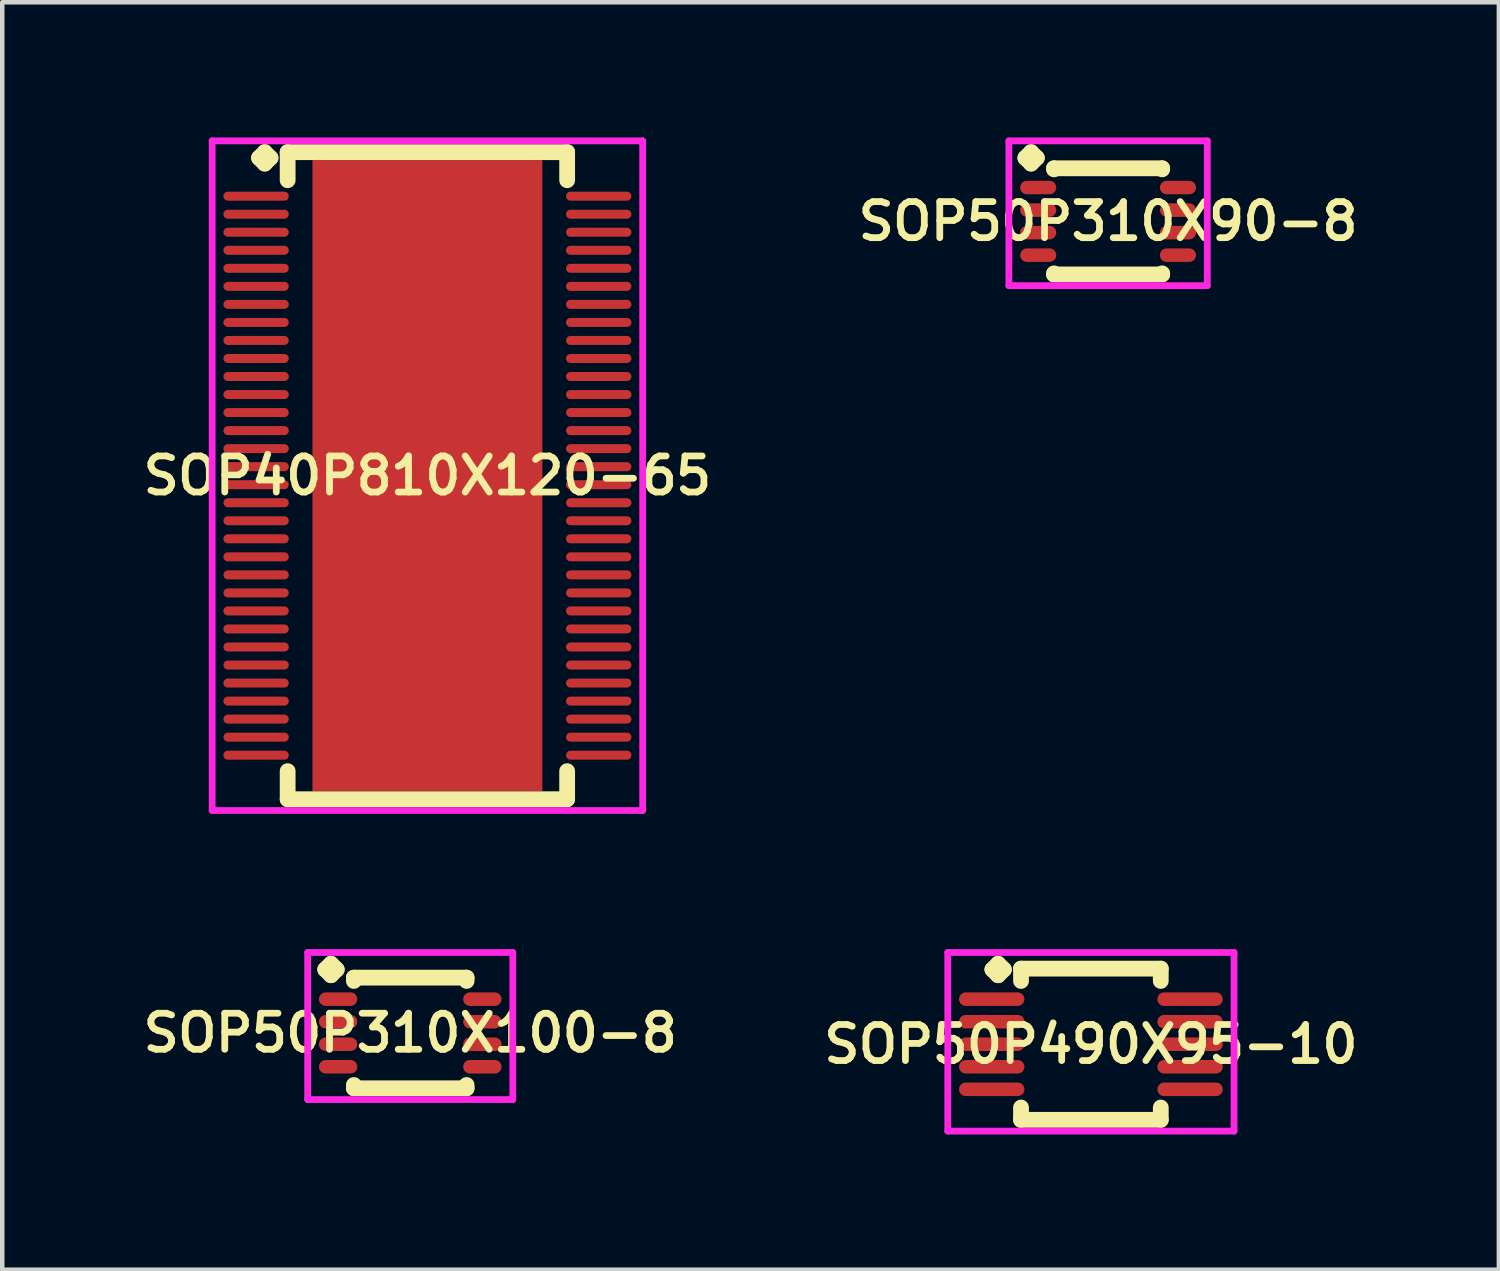
<source format=kicad_pcb>
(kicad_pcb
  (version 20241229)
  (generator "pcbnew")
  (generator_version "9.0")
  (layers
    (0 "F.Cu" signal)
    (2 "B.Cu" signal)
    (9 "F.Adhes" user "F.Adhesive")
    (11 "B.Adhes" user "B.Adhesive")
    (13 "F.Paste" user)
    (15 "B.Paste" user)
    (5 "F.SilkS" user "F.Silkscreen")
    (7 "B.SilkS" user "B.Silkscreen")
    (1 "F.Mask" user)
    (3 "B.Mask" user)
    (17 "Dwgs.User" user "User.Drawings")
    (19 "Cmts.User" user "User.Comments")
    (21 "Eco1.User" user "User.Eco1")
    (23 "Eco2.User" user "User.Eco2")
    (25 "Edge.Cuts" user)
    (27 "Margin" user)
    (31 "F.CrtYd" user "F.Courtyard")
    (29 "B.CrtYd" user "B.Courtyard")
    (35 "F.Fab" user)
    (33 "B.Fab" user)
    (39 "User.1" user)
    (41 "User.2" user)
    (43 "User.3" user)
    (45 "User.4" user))
  (footprint "SOP50P310X100-8"
    (layer "F.Cu")
    (at 6.05 19.864)
    (property "Reference" "SOP50P310X100-8" (at 0 0 0) (layer "F.SilkS") (effects (font (size 0.8 0.8) (thickness 0.15))))
    (attr through_hole)
    (fp_line (start -1.885 -1.408) (end -1.758 -1.535) (stroke (width 0.35) (type solid)) (layer "F.SilkS"))
    (fp_line (start -1.758 -1.535) (end -1.631 -1.408) (stroke (width 0.35) (type solid)) (layer "F.SilkS"))
    (fp_line (start -1.758 -1.281) (end -1.885 -1.408) (stroke (width 0.35) (type solid)) (layer "F.SilkS"))
    (fp_line (start -1.631 -1.408) (end -1.758 -1.281) (stroke (width 0.35) (type solid)) (layer "F.SilkS"))
    (fp_line (start -1.25 -1.227) (end 1.25 -1.227) (stroke (width 0.35) (type solid)) (layer "F.SilkS"))
    (fp_line (start -1.25 -1.154) (end -1.25 -1.227) (stroke (width 0.35) (type solid)) (layer "F.SilkS"))
    (fp_line (start -1.25 1.154) (end -1.25 1.227) (stroke (width 0.35) (type solid)) (layer "F.SilkS"))
    (fp_line (start -1.25 1.227) (end 1.25 1.227) (stroke (width 0.35) (type solid)) (layer "F.SilkS"))
    (fp_line (start 1.25 -1.227) (end 1.25 -1.154) (stroke (width 0.35) (type solid)) (layer "F.SilkS"))
    (fp_line (start 1.25 1.227) (end 1.25 1.154) (stroke (width 0.35) (type solid)) (layer "F.SilkS"))
    (fp_line (start -2.275 -1.785) (end 2.275 -1.785) (stroke (width 0.15) (type solid)) (layer "F.CrtYd"))
    (fp_line (start -2.275 1.477) (end -2.275 -1.785) (stroke (width 0.15) (type solid)) (layer "F.CrtYd"))
    (fp_line (start 2.275 -1.785) (end 2.275 1.477) (stroke (width 0.15) (type solid)) (layer "F.CrtYd"))
    (fp_line (start 2.275 1.477) (end -2.275 1.477) (stroke (width 0.15) (type solid)) (layer "F.CrtYd"))
    (pad "1" smd oval (at -1.6 -0.75) (size 0.85 0.3) (layers "F.Cu" "F.Mask" "F.Paste"))
    (pad "2" smd oval (at -1.6 -0.25) (size 0.85 0.3) (layers "F.Cu" "F.Mask" "F.Paste"))
    (pad "3" smd oval (at -1.6 0.25) (size 0.85 0.3) (layers "F.Cu" "F.Mask" "F.Paste"))
    (pad "4" smd oval (at -1.6 0.75) (size 0.85 0.3) (layers "F.Cu" "F.Mask" "F.Paste"))
    (pad "5" smd oval (at 1.6 0.75) (size 0.85 0.3) (layers "F.Cu" "F.Mask" "F.Paste"))
    (pad "6" smd oval (at 1.6 0.25) (size 0.85 0.3) (layers "F.Cu" "F.Mask" "F.Paste"))
    (pad "7" smd oval (at 1.6 -0.25) (size 0.85 0.3) (layers "F.Cu" "F.Mask" "F.Paste"))
    (pad "8" smd oval (at 1.6 -0.75) (size 0.85 0.3) (layers "F.Cu" "F.Mask" "F.Paste")))
  (footprint "SOP40P810X120-65"
    (layer "F.Cu")
    (at 6.431 7.502)
    (property "Reference" "SOP40P810X120-65" (at 0 0 0) (layer "F.SilkS") (effects (font (size 0.8 0.8) (thickness 0.15))))
    (attr smd)
    (fp_line (start -3.735 -7.05) (end -3.608 -7.177) (stroke (width 0.35) (type solid)) (layer "F.SilkS"))
    (fp_line (start -3.608 -7.177) (end -3.481 -7.05) (stroke (width 0.35) (type solid)) (layer "F.SilkS"))
    (fp_line (start -3.608 -6.923) (end -3.735 -7.05) (stroke (width 0.35) (type solid)) (layer "F.SilkS"))
    (fp_line (start -3.481 -7.05) (end -3.608 -6.923) (stroke (width 0.35) (type solid)) (layer "F.SilkS"))
    (fp_line (start -3.1 -7.177) (end 3.1 -7.177) (stroke (width 0.35) (type solid)) (layer "F.SilkS"))
    (fp_line (start -3.1 -6.554) (end -3.1 -7.177) (stroke (width 0.35) (type solid)) (layer "F.SilkS"))
    (fp_line (start -3.1 6.554) (end -3.1 7.177) (stroke (width 0.35) (type solid)) (layer "F.SilkS"))
    (fp_line (start -3.1 7.177) (end 3.1 7.177) (stroke (width 0.35) (type solid)) (layer "F.SilkS"))
    (fp_line (start 3.1 -7.177) (end 3.1 -6.554) (stroke (width 0.35) (type solid)) (layer "F.SilkS"))
    (fp_line (start 3.1 7.177) (end 3.1 6.554) (stroke (width 0.35) (type solid)) (layer "F.SilkS"))
    (fp_line (start -4.775 -7.427) (end 4.775 -7.427) (stroke (width 0.15) (type solid)) (layer "F.CrtYd"))
    (fp_line (start -4.775 7.427) (end -4.775 -7.427) (stroke (width 0.15) (type solid)) (layer "F.CrtYd"))
    (fp_line (start 4.775 -7.427) (end 4.775 7.427) (stroke (width 0.15) (type solid)) (layer "F.CrtYd"))
    (fp_line (start 4.775 7.427) (end -4.775 7.427) (stroke (width 0.15) (type solid)) (layer "F.CrtYd"))
    (pad "1" smd oval (at -3.8 -6.2) (size 1.45 0.2) (layers "F.Cu" "F.Mask" "F.Paste"))
    (pad "2" smd oval (at -3.8 -5.8) (size 1.45 0.2) (layers "F.Cu" "F.Mask" "F.Paste"))
    (pad "3" smd oval (at -3.8 -5.4) (size 1.45 0.2) (layers "F.Cu" "F.Mask" "F.Paste"))
    (pad "4" smd oval (at -3.8 -5) (size 1.45 0.2) (layers "F.Cu" "F.Mask" "F.Paste"))
    (pad "5" smd oval (at -3.8 -4.6) (size 1.45 0.2) (layers "F.Cu" "F.Mask" "F.Paste"))
    (pad "6" smd oval (at -3.8 -4.2) (size 1.45 0.2) (layers "F.Cu" "F.Mask" "F.Paste"))
    (pad "7" smd oval (at -3.8 -3.8) (size 1.45 0.2) (layers "F.Cu" "F.Mask" "F.Paste"))
    (pad "8" smd oval (at -3.8 -3.4) (size 1.45 0.2) (layers "F.Cu" "F.Mask" "F.Paste"))
    (pad "9" smd oval (at -3.8 -3) (size 1.45 0.2) (layers "F.Cu" "F.Mask" "F.Paste"))
    (pad "10" smd oval (at -3.8 -2.6) (size 1.45 0.2) (layers "F.Cu" "F.Mask" "F.Paste"))
    (pad "11" smd oval (at -3.8 -2.2) (size 1.45 0.2) (layers "F.Cu" "F.Mask" "F.Paste"))
    (pad "12" smd oval (at -3.8 -1.8) (size 1.45 0.2) (layers "F.Cu" "F.Mask" "F.Paste"))
    (pad "13" smd oval (at -3.8 -1.4) (size 1.45 0.2) (layers "F.Cu" "F.Mask" "F.Paste"))
    (pad "14" smd oval (at -3.8 -1) (size 1.45 0.2) (layers "F.Cu" "F.Mask" "F.Paste"))
    (pad "15" smd oval (at -3.8 -0.6) (size 1.45 0.2) (layers "F.Cu" "F.Mask" "F.Paste"))
    (pad "16" smd oval (at -3.8 -0.2) (size 1.45 0.2) (layers "F.Cu" "F.Mask" "F.Paste"))
    (pad "17" smd oval (at -3.8 0.2) (size 1.45 0.2) (layers "F.Cu" "F.Mask" "F.Paste"))
    (pad "18" smd oval (at -3.8 0.6) (size 1.45 0.2) (layers "F.Cu" "F.Mask" "F.Paste"))
    (pad "19" smd oval (at -3.8 1) (size 1.45 0.2) (layers "F.Cu" "F.Mask" "F.Paste"))
    (pad "20" smd oval (at -3.8 1.4) (size 1.45 0.2) (layers "F.Cu" "F.Mask" "F.Paste"))
    (pad "21" smd oval (at -3.8 1.8) (size 1.45 0.2) (layers "F.Cu" "F.Mask" "F.Paste"))
    (pad "22" smd oval (at -3.8 2.2) (size 1.45 0.2) (layers "F.Cu" "F.Mask" "F.Paste"))
    (pad "23" smd oval (at -3.8 2.6) (size 1.45 0.2) (layers "F.Cu" "F.Mask" "F.Paste"))
    (pad "24" smd oval (at -3.8 3) (size 1.45 0.2) (layers "F.Cu" "F.Mask" "F.Paste"))
    (pad "25" smd oval (at -3.8 3.4) (size 1.45 0.2) (layers "F.Cu" "F.Mask" "F.Paste"))
    (pad "26" smd oval (at -3.8 3.8) (size 1.45 0.2) (layers "F.Cu" "F.Mask" "F.Paste"))
    (pad "27" smd oval (at -3.8 4.2) (size 1.45 0.2) (layers "F.Cu" "F.Mask" "F.Paste"))
    (pad "28" smd oval (at -3.8 4.6) (size 1.45 0.2) (layers "F.Cu" "F.Mask" "F.Paste"))
    (pad "29" smd oval (at -3.8 5) (size 1.45 0.2) (layers "F.Cu" "F.Mask" "F.Paste"))
    (pad "30" smd oval (at -3.8 5.4) (size 1.45 0.2) (layers "F.Cu" "F.Mask" "F.Paste"))
    (pad "31" smd oval (at -3.8 5.8) (size 1.45 0.2) (layers "F.Cu" "F.Mask" "F.Paste"))
    (pad "32" smd oval (at -3.8 6.2) (size 1.45 0.2) (layers "F.Cu" "F.Mask" "F.Paste"))
    (pad "33" smd oval (at 3.8 6.2) (size 1.45 0.2) (layers "F.Cu" "F.Mask" "F.Paste"))
    (pad "34" smd oval (at 3.8 5.8) (size 1.45 0.2) (layers "F.Cu" "F.Mask" "F.Paste"))
    (pad "35" smd oval (at 3.8 5.4) (size 1.45 0.2) (layers "F.Cu" "F.Mask" "F.Paste"))
    (pad "36" smd oval (at 3.8 5) (size 1.45 0.2) (layers "F.Cu" "F.Mask" "F.Paste"))
    (pad "37" smd oval (at 3.8 4.6) (size 1.45 0.2) (layers "F.Cu" "F.Mask" "F.Paste"))
    (pad "38" smd oval (at 3.8 4.2) (size 1.45 0.2) (layers "F.Cu" "F.Mask" "F.Paste"))
    (pad "39" smd oval (at 3.8 3.8) (size 1.45 0.2) (layers "F.Cu" "F.Mask" "F.Paste"))
    (pad "40" smd oval (at 3.8 3.4) (size 1.45 0.2) (layers "F.Cu" "F.Mask" "F.Paste"))
    (pad "41" smd oval (at 3.8 3) (size 1.45 0.2) (layers "F.Cu" "F.Mask" "F.Paste"))
    (pad "42" smd oval (at 3.8 2.6) (size 1.45 0.2) (layers "F.Cu" "F.Mask" "F.Paste"))
    (pad "43" smd oval (at 3.8 2.2) (size 1.45 0.2) (layers "F.Cu" "F.Mask" "F.Paste"))
    (pad "44" smd oval (at 3.8 1.8) (size 1.45 0.2) (layers "F.Cu" "F.Mask" "F.Paste"))
    (pad "45" smd oval (at 3.8 1.4) (size 1.45 0.2) (layers "F.Cu" "F.Mask" "F.Paste"))
    (pad "46" smd oval (at 3.8 1) (size 1.45 0.2) (layers "F.Cu" "F.Mask" "F.Paste"))
    (pad "47" smd oval (at 3.8 0.6) (size 1.45 0.2) (layers "F.Cu" "F.Mask" "F.Paste"))
    (pad "48" smd oval (at 3.8 0.2) (size 1.45 0.2) (layers "F.Cu" "F.Mask" "F.Paste"))
    (pad "49" smd oval (at 3.8 -0.2) (size 1.45 0.2) (layers "F.Cu" "F.Mask" "F.Paste"))
    (pad "50" smd oval (at 3.8 -0.6) (size 1.45 0.2) (layers "F.Cu" "F.Mask" "F.Paste"))
    (pad "51" smd oval (at 3.8 -1) (size 1.45 0.2) (layers "F.Cu" "F.Mask" "F.Paste"))
    (pad "52" smd oval (at 3.8 -1.4) (size 1.45 0.2) (layers "F.Cu" "F.Mask" "F.Paste"))
    (pad "53" smd oval (at 3.8 -1.8) (size 1.45 0.2) (layers "F.Cu" "F.Mask" "F.Paste"))
    (pad "54" smd oval (at 3.8 -2.2) (size 1.45 0.2) (layers "F.Cu" "F.Mask" "F.Paste"))
    (pad "55" smd oval (at 3.8 -2.6) (size 1.45 0.2) (layers "F.Cu" "F.Mask" "F.Paste"))
    (pad "56" smd oval (at 3.8 -3) (size 1.45 0.2) (layers "F.Cu" "F.Mask" "F.Paste"))
    (pad "57" smd oval (at 3.8 -3.4) (size 1.45 0.2) (layers "F.Cu" "F.Mask" "F.Paste"))
    (pad "58" smd oval (at 3.8 -3.8) (size 1.45 0.2) (layers "F.Cu" "F.Mask" "F.Paste"))
    (pad "59" smd oval (at 3.8 -4.2) (size 1.45 0.2) (layers "F.Cu" "F.Mask" "F.Paste"))
    (pad "60" smd oval (at 3.8 -4.6) (size 1.45 0.2) (layers "F.Cu" "F.Mask" "F.Paste"))
    (pad "61" smd oval (at 3.8 -5) (size 1.45 0.2) (layers "F.Cu" "F.Mask" "F.Paste"))
    (pad "62" smd oval (at 3.8 -5.4) (size 1.45 0.2) (layers "F.Cu" "F.Mask" "F.Paste"))
    (pad "63" smd oval (at 3.8 -5.8) (size 1.45 0.2) (layers "F.Cu" "F.Mask" "F.Paste"))
    (pad "64" smd oval (at 3.8 -6.2) (size 1.45 0.2) (layers "F.Cu" "F.Mask" "F.Paste"))
    (pad "65" smd rect (at 0 0) (size 5.1 14) (layers "F.Cu" "F.Mask" "F.Paste")))
  (footprint "SOP50P490X95-10"
    (layer "F.Cu")
    (at 21.149 20.114)
    (property "Reference" "SOP50P490X95-10" (at 0 0 0) (layer "F.SilkS") (effects (font (size 0.8 0.8) (thickness 0.15))))
    (attr through_hole)
    (fp_line (start -2.185 -1.658) (end -2.058 -1.785) (stroke (width 0.35) (type solid)) (layer "F.SilkS"))
    (fp_line (start -2.058 -1.785) (end -1.931 -1.658) (stroke (width 0.35) (type solid)) (layer "F.SilkS"))
    (fp_line (start -2.058 -1.531) (end -2.185 -1.658) (stroke (width 0.35) (type solid)) (layer "F.SilkS"))
    (fp_line (start -1.931 -1.658) (end -2.058 -1.531) (stroke (width 0.35) (type solid)) (layer "F.SilkS"))
    (fp_line (start -1.55 -1.677) (end 1.55 -1.677) (stroke (width 0.35) (type solid)) (layer "F.SilkS"))
    (fp_line (start -1.55 -1.404) (end -1.55 -1.677) (stroke (width 0.35) (type solid)) (layer "F.SilkS"))
    (fp_line (start -1.55 1.404) (end -1.55 1.677) (stroke (width 0.35) (type solid)) (layer "F.SilkS"))
    (fp_line (start -1.55 1.677) (end 1.55 1.677) (stroke (width 0.35) (type solid)) (layer "F.SilkS"))
    (fp_line (start 1.55 -1.677) (end 1.55 -1.404) (stroke (width 0.35) (type solid)) (layer "F.SilkS"))
    (fp_line (start 1.55 1.677) (end 1.55 1.404) (stroke (width 0.35) (type solid)) (layer "F.SilkS"))
    (fp_line (start -3.175 -2.035) (end 3.175 -2.035) (stroke (width 0.15) (type solid)) (layer "F.CrtYd"))
    (fp_line (start -3.175 1.927) (end -3.175 -2.035) (stroke (width 0.15) (type solid)) (layer "F.CrtYd"))
    (fp_line (start 3.175 -2.035) (end 3.175 1.927) (stroke (width 0.15) (type solid)) (layer "F.CrtYd"))
    (fp_line (start 3.175 1.927) (end -3.175 1.927) (stroke (width 0.15) (type solid)) (layer "F.CrtYd"))
    (pad "1" smd oval (at -2.2 -1) (size 1.45 0.3) (layers "F.Cu" "F.Mask" "F.Paste"))
    (pad "2" smd oval (at -2.2 -0.5) (size 1.45 0.3) (layers "F.Cu" "F.Mask" "F.Paste"))
    (pad "3" smd oval (at -2.2 0) (size 1.45 0.3) (layers "F.Cu" "F.Mask" "F.Paste"))
    (pad "4" smd oval (at -2.2 0.5) (size 1.45 0.3) (layers "F.Cu" "F.Mask" "F.Paste"))
    (pad "5" smd oval (at -2.2 1) (size 1.45 0.3) (layers "F.Cu" "F.Mask" "F.Paste"))
    (pad "6" smd oval (at 2.2 1) (size 1.45 0.3) (layers "F.Cu" "F.Mask" "F.Paste"))
    (pad "7" smd oval (at 2.2 0.5) (size 1.45 0.3) (layers "F.Cu" "F.Mask" "F.Paste"))
    (pad "8" smd oval (at 2.2 0) (size 1.45 0.3) (layers "F.Cu" "F.Mask" "F.Paste"))
    (pad "9" smd oval (at 2.2 -0.5) (size 1.45 0.3) (layers "F.Cu" "F.Mask" "F.Paste"))
    (pad "10" smd oval (at 2.2 -1) (size 1.45 0.3) (layers "F.Cu" "F.Mask" "F.Paste")))
  (footprint "SOP50P310X90-8"
    (layer "F.Cu")
    (at 21.53 1.86)
    (property "Reference" "SOP50P310X90-8" (at 0 0 0) (layer "F.SilkS") (effects (font (size 0.8 0.8) (thickness 0.15))))
    (attr smd)
    (fp_line (start -1.835 -1.408) (end -1.708 -1.535) (stroke (width 0.35) (type solid)) (layer "F.SilkS"))
    (fp_line (start -1.708 -1.535) (end -1.581 -1.408) (stroke (width 0.35) (type solid)) (layer "F.SilkS"))
    (fp_line (start -1.708 -1.281) (end -1.835 -1.408) (stroke (width 0.35) (type solid)) (layer "F.SilkS"))
    (fp_line (start -1.581 -1.408) (end -1.708 -1.281) (stroke (width 0.35) (type solid)) (layer "F.SilkS"))
    (fp_line (start -1.2 -1.177) (end 1.2 -1.177) (stroke (width 0.35) (type solid)) (layer "F.SilkS"))
    (fp_line (start -1.2 -1.154) (end -1.2 -1.177) (stroke (width 0.35) (type solid)) (layer "F.SilkS"))
    (fp_line (start -1.2 1.154) (end -1.2 1.177) (stroke (width 0.35) (type solid)) (layer "F.SilkS"))
    (fp_line (start -1.2 1.177) (end 1.2 1.177) (stroke (width 0.35) (type solid)) (layer "F.SilkS"))
    (fp_line (start 1.2 -1.177) (end 1.2 -1.154) (stroke (width 0.35) (type solid)) (layer "F.SilkS"))
    (fp_line (start 1.2 1.177) (end 1.2 1.154) (stroke (width 0.35) (type solid)) (layer "F.SilkS"))
    (fp_line (start -2.2 -1.785) (end 2.2 -1.785) (stroke (width 0.15) (type solid)) (layer "F.CrtYd"))
    (fp_line (start -2.2 1.427) (end -2.2 -1.785) (stroke (width 0.15) (type solid)) (layer "F.CrtYd"))
    (fp_line (start 2.2 -1.785) (end 2.2 1.427) (stroke (width 0.15) (type solid)) (layer "F.CrtYd"))
    (fp_line (start 2.2 1.427) (end -2.2 1.427) (stroke (width 0.15) (type solid)) (layer "F.CrtYd"))
    (pad "1" smd oval (at -1.55 -0.75) (size 0.8 0.3) (layers "F.Cu" "F.Mask" "F.Paste"))
    (pad "2" smd oval (at -1.55 -0.25) (size 0.8 0.3) (layers "F.Cu" "F.Mask" "F.Paste"))
    (pad "3" smd oval (at -1.55 0.25) (size 0.8 0.3) (layers "F.Cu" "F.Mask" "F.Paste"))
    (pad "4" smd oval (at -1.55 0.75) (size 0.8 0.3) (layers "F.Cu" "F.Mask" "F.Paste"))
    (pad "5" smd oval (at 1.55 0.75) (size 0.8 0.3) (layers "F.Cu" "F.Mask" "F.Paste"))
    (pad "6" smd oval (at 1.55 0.25) (size 0.8 0.3) (layers "F.Cu" "F.Mask" "F.Paste"))
    (pad "7" smd oval (at 1.55 -0.25) (size 0.8 0.3) (layers "F.Cu" "F.Mask" "F.Paste"))
    (pad "8" smd oval (at 1.55 -0.75) (size 0.8 0.3) (layers "F.Cu" "F.Mask" "F.Paste")))
  (gr_rect
    (start -3 -3)
    (end 30.199 25.116)
    (stroke (width 0.1) (type default))
    (fill no)
    (layer "Edge.Cuts")))
</source>
